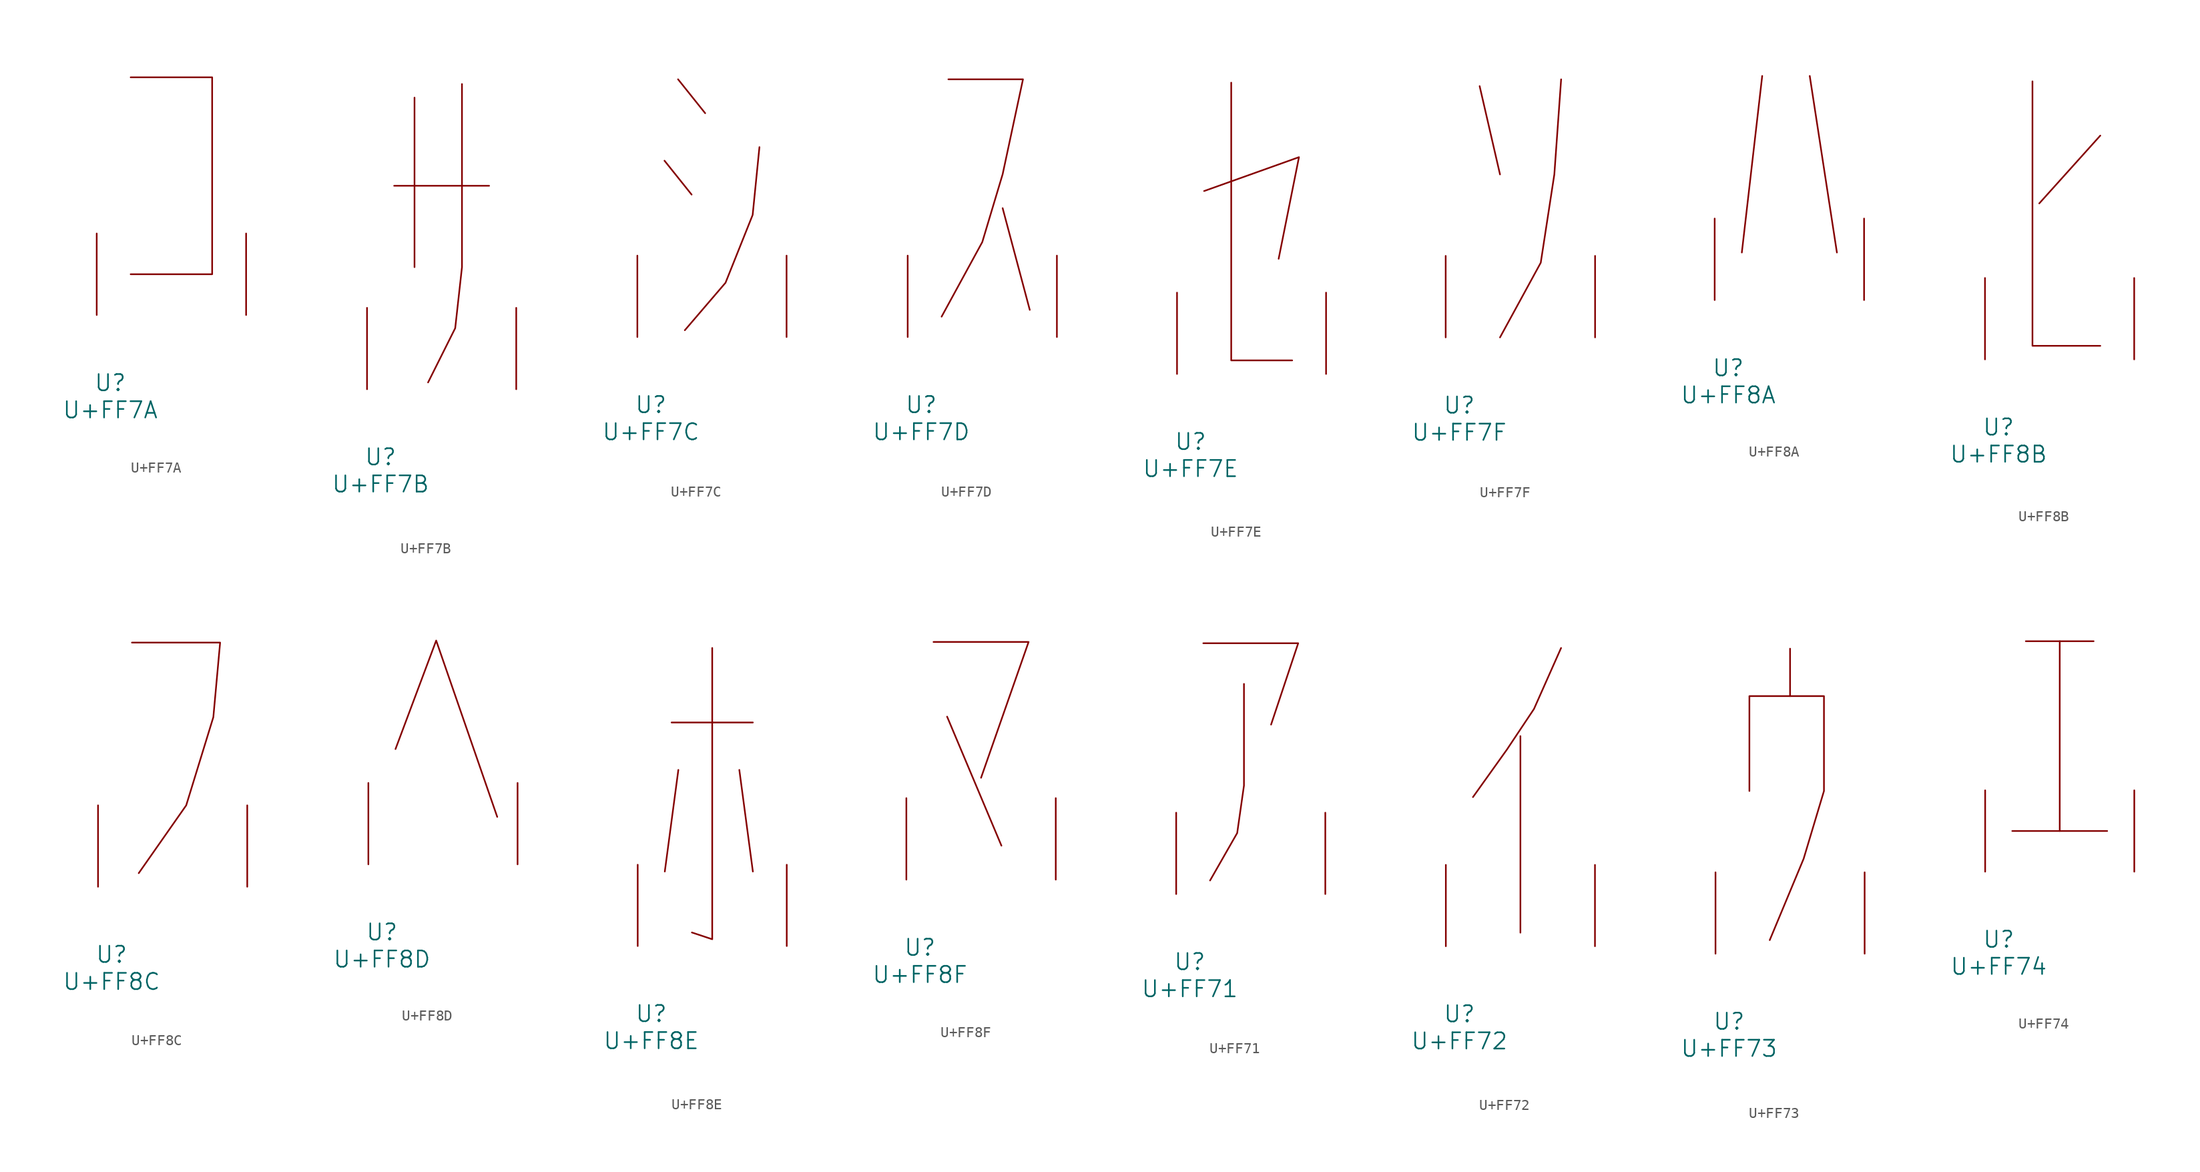
<source format=kicad_sym>
(kicad_symbol_lib
  (version 20231120)
  (generator "kicad_symbol_editor")
  (generator_version "8.0")
  (symbol "U+FF7A"
    (pin_names
      (offset 1.016))
    (property "Reference" "U"
      (at 0 -6.35 0)
      (effects (font (size 1.524 1.524))))
    (property "Value" "U+FF7A"
      (at 0 -8.89 0)
      (effects (font (size 1.524 1.524))))
    (symbol "U+FF7A_0_1"
      (polyline (pts (xy 1.905 22.225) (xy 9.525 22.225) (xy 9.525 3.81) (xy 1.905 3.81)) (stroke (width 0) (type solid)) (fill (type none)))
      (pin input line (at -1.27 0 90) (length 7.62) (name "~" (effects (font (size 1.27 1.27)))) (number "~" (effects (font (size 1.27 1.27)))))
      (pin input line (at 12.7 0 90) (length 7.62) (name "~" (effects (font (size 1.27 1.27)))) (number "~" (effects (font (size 1.27 1.27)))))))
  (symbol "U+FF7B"
    (pin_names
      (offset 1.016))
    (property "Reference" "U"
      (at 0 -6.35 0)
      (effects (font (size 1.524 1.524))))
    (property "Value" "U+FF7B"
      (at 0 -8.89 0)
      (effects (font (size 1.524 1.524))))
    (symbol "U+FF7B_0_1"
      (polyline (pts (xy 1.27 19.05) (xy 10.16 19.05)) (stroke (width 0) (type solid)) (fill (type none)))
      (polyline (pts (xy 3.175 27.305) (xy 3.175 11.43)) (stroke (width 0) (type solid)) (fill (type none)))
      (polyline (pts (xy 7.62 28.575) (xy 7.62 11.43) (xy 6.985 5.715) (xy 4.445 0.635)) (stroke (width 0) (type solid)) (fill (type none)))
      (pin input line (at -1.27 0 90) (length 7.62) (name "~" (effects (font (size 1.27 1.27)))) (number "~" (effects (font (size 1.27 1.27)))))
      (pin input line (at 12.7 0 90) (length 7.62) (name "~" (effects (font (size 1.27 1.27)))) (number "~" (effects (font (size 1.27 1.27)))))))
  (symbol "U+FF7C"
    (pin_names
      (offset 1.016))
    (property "Reference" "U"
      (at 0 -6.35 0)
      (effects (font (size 1.524 1.524))))
    (property "Value" "U+FF7C"
      (at 0 -8.89 0)
      (effects (font (size 1.524 1.524))))
    (symbol "U+FF7C_0_1"
      (polyline (pts (xy 1.27 16.51) (xy 3.81 13.335)) (stroke (width 0) (type solid)) (fill (type none)))
      (polyline (pts (xy 2.54 24.13) (xy 5.08 20.955)) (stroke (width 0) (type solid)) (fill (type none)))
      (polyline (pts (xy 3.175 0.635) (xy 6.985 5.08) (xy 9.525 11.43) (xy 10.16 17.78)) (stroke (width 0) (type solid)) (fill (type none)))
      (pin input line (at -1.27 0 90) (length 7.62) (name "~" (effects (font (size 1.27 1.27)))) (number "~" (effects (font (size 1.27 1.27)))))
      (pin input line (at 12.7 0 90) (length 7.62) (name "~" (effects (font (size 1.27 1.27)))) (number "~" (effects (font (size 1.27 1.27)))))))
  (symbol "U+FF7D"
    (pin_names
      (offset 1.016))
    (property "Reference" "U"
      (at 0 -6.35 0)
      (effects (font (size 1.524 1.524))))
    (property "Value" "U+FF7D"
      (at 0 -8.89 0)
      (effects (font (size 1.524 1.524))))
    (symbol "U+FF7D_0_1"
      (polyline (pts (xy 7.62 12.065) (xy 10.16 2.54)) (stroke (width 0) (type solid)) (fill (type none)))
      (polyline (pts (xy 2.54 24.13) (xy 9.525 24.13) (xy 7.62 15.24) (xy 5.715 8.89) (xy 1.905 1.905)) (stroke (width 0) (type solid)) (fill (type none)))
      (pin input line (at -1.27 0 90) (length 7.62) (name "~" (effects (font (size 1.27 1.27)))) (number "~" (effects (font (size 1.27 1.27)))))
      (pin input line (at 12.7 0 90) (length 7.62) (name "~" (effects (font (size 1.27 1.27)))) (number "~" (effects (font (size 1.27 1.27)))))))
  (symbol "U+FF7E"
    (pin_names
      (offset 1.016))
    (property "Reference" "U"
      (at 0 -6.35 0)
      (effects (font (size 1.524 1.524))))
    (property "Value" "U+FF7E"
      (at 0 -8.89 0)
      (effects (font (size 1.524 1.524))))
    (symbol "U+FF7E_0_1"
      (polyline (pts (xy 1.27 17.145) (xy 10.16 20.32) (xy 8.255 10.795)) (stroke (width 0) (type solid)) (fill (type none)))
      (polyline (pts (xy 3.81 27.305) (xy 3.81 1.27) (xy 9.525 1.27)) (stroke (width 0) (type solid)) (fill (type none)))
      (pin input line (at -1.27 0 90) (length 7.62) (name "~" (effects (font (size 1.27 1.27)))) (number "~" (effects (font (size 1.27 1.27)))))
      (pin input line (at 12.7 0 90) (length 7.62) (name "~" (effects (font (size 1.27 1.27)))) (number "~" (effects (font (size 1.27 1.27)))))))
  (symbol "U+FF7F"
    (pin_names
      (offset 1.016))
    (property "Reference" "U"
      (at 0 -6.35 0)
      (effects (font (size 1.524 1.524))))
    (property "Value" "U+FF7F"
      (at 0 -8.89 0)
      (effects (font (size 1.524 1.524))))
    (symbol "U+FF7F_0_1"
      (polyline (pts (xy 1.905 23.495) (xy 3.81 15.24)) (stroke (width 0) (type solid)) (fill (type none)))
      (polyline (pts (xy 9.525 24.13) (xy 8.89 15.24) (xy 7.62 6.985) (xy 3.81 0)) (stroke (width 0) (type solid)) (fill (type none)))
      (pin input line (at -1.27 0 90) (length 7.62) (name "~" (effects (font (size 1.27 1.27)))) (number "~" (effects (font (size 1.27 1.27)))))
      (pin input line (at 12.7 0 90) (length 7.62) (name "~" (effects (font (size 1.27 1.27)))) (number "~" (effects (font (size 1.27 1.27)))))))
  (symbol "U+FF8A"
    (pin_names
      (offset 1.016))
    (property "Reference" "U"
      (at 0 -6.35 0)
      (effects (font (size 1.524 1.524))))
    (property "Value" "U+FF8A"
      (at 0 -8.89 0)
      (effects (font (size 1.524 1.524))))
    (symbol "U+FF8A_0_1"
      (polyline (pts (xy 3.175 20.955) (xy 1.27 4.445)) (stroke (width 0) (type solid)) (fill (type none)))
      (polyline (pts (xy 7.62 20.955) (xy 10.16 4.445)) (stroke (width 0) (type solid)) (fill (type none)))
      (pin input line (at -1.27 0 90) (length 7.62) (name "~" (effects (font (size 1.27 1.27)))) (number "~" (effects (font (size 1.27 1.27)))))
      (pin input line (at 12.7 0 90) (length 7.62) (name "~" (effects (font (size 1.27 1.27)))) (number "~" (effects (font (size 1.27 1.27)))))))
  (symbol "U+FF8B"
    (pin_names
      (offset 1.016))
    (property "Reference" "U"
      (at 0 -6.35 0)
      (effects (font (size 1.524 1.524))))
    (property "Value" "U+FF8B"
      (at 0 -8.89 0)
      (effects (font (size 1.524 1.524))))
    (symbol "U+FF8B_0_1"
      (polyline (pts (xy 9.525 20.955) (xy 3.81 14.605)) (stroke (width 0) (type solid)) (fill (type none)))
      (polyline (pts (xy 3.175 26.035) (xy 3.175 1.27) (xy 9.525 1.27)) (stroke (width 0) (type solid)) (fill (type none)))
      (pin input line (at -1.27 0 90) (length 7.62) (name "~" (effects (font (size 1.27 1.27)))) (number "~" (effects (font (size 1.27 1.27)))))
      (pin input line (at 12.7 0 90) (length 7.62) (name "~" (effects (font (size 1.27 1.27)))) (number "~" (effects (font (size 1.27 1.27)))))))
  (symbol "U+FF8C"
    (pin_names
      (offset 1.016))
    (property "Reference" "U"
      (at 0 -6.35 0)
      (effects (font (size 1.524 1.524))))
    (property "Value" "U+FF8C"
      (at 0 -8.89 0)
      (effects (font (size 1.524 1.524))))
    (symbol "U+FF8C_0_1"
      (polyline (pts (xy 1.905 22.86) (xy 10.16 22.86) (xy 9.525 15.875) (xy 6.985 7.62) (xy 2.54 1.27)) (stroke (width 0) (type solid)) (fill (type none)))
      (pin input line (at -1.27 0 90) (length 7.62) (name "~" (effects (font (size 1.27 1.27)))) (number "~" (effects (font (size 1.27 1.27)))))
      (pin input line (at 12.7 0 90) (length 7.62) (name "~" (effects (font (size 1.27 1.27)))) (number "~" (effects (font (size 1.27 1.27)))))))
  (symbol "U+FF8D"
    (pin_names
      (offset 1.016))
    (property "Reference" "U"
      (at 0 -6.35 0)
      (effects (font (size 1.524 1.524))))
    (property "Value" "U+FF8D"
      (at 0 -8.89 0)
      (effects (font (size 1.524 1.524))))
    (symbol "U+FF8D_0_1"
      (polyline (pts (xy 1.27 10.795) (xy 5.08 20.955) (xy 10.795 4.445)) (stroke (width 0) (type solid)) (fill (type none)))
      (pin input line (at -1.27 0 90) (length 7.62) (name "~" (effects (font (size 1.27 1.27)))) (number "~" (effects (font (size 1.27 1.27)))))
      (pin input line (at 12.7 0 90) (length 7.62) (name "~" (effects (font (size 1.27 1.27)))) (number "~" (effects (font (size 1.27 1.27)))))))
  (symbol "U+FF8E"
    (pin_names
      (offset 1.016))
    (property "Reference" "U"
      (at 0 -6.35 0)
      (effects (font (size 1.524 1.524))))
    (property "Value" "U+FF8E"
      (at 0 -8.89 0)
      (effects (font (size 1.524 1.524))))
    (symbol "U+FF8E_0_1"
      (polyline (pts (xy 1.905 20.955) (xy 9.525 20.955)) (stroke (width 0) (type solid)) (fill (type none)))
      (polyline (pts (xy 2.54 16.51) (xy 1.27 6.985)) (stroke (width 0) (type solid)) (fill (type none)))
      (polyline (pts (xy 8.255 16.51) (xy 9.525 6.985)) (stroke (width 0) (type solid)) (fill (type none)))
      (polyline (pts (xy 5.715 27.94) (xy 5.715 0.635) (xy 3.81 1.27)) (stroke (width 0) (type solid)) (fill (type none)))
      (pin input line (at -1.27 0 90) (length 7.62) (name "~" (effects (font (size 1.27 1.27)))) (number "~" (effects (font (size 1.27 1.27)))))
      (pin input line (at 12.7 0 90) (length 7.62) (name "~" (effects (font (size 1.27 1.27)))) (number "~" (effects (font (size 1.27 1.27)))))))
  (symbol "U+FF8F"
    (pin_names
      (offset 1.016))
    (property "Reference" "U"
      (at 0 -6.35 0)
      (effects (font (size 1.524 1.524))))
    (property "Value" "U+FF8F"
      (at 0 -8.89 0)
      (effects (font (size 1.524 1.524))))
    (symbol "U+FF8F_0_1"
      (polyline (pts (xy 2.54 15.24) (xy 7.62 3.175)) (stroke (width 0) (type solid)) (fill (type none)))
      (polyline (pts (xy 1.27 22.225) (xy 10.16 22.225) (xy 5.715 9.525)) (stroke (width 0) (type solid)) (fill (type none)))
      (pin input line (at -1.27 0 90) (length 7.62) (name "~" (effects (font (size 1.27 1.27)))) (number "~" (effects (font (size 1.27 1.27)))))
      (pin input line (at 12.7 0 90) (length 7.62) (name "~" (effects (font (size 1.27 1.27)))) (number "~" (effects (font (size 1.27 1.27)))))))
  (symbol "U+FF71"
    (pin_names
      (offset 1.016))
    (property "Reference" "U"
      (at 0 -6.35 0)
      (effects (font (size 1.524 1.524))))
    (property "Value" "U+FF71"
      (at 0 -8.89 0)
      (effects (font (size 1.524 1.524))))
    (symbol "U+FF71_0_1"
      (polyline (pts (xy 1.27 23.495) (xy 10.16 23.495) (xy 7.62 15.875)) (stroke (width 0) (type solid)) (fill (type none)))
      (polyline (pts (xy 5.08 19.685) (xy 5.08 10.16) (xy 4.445 5.715) (xy 1.905 1.27)) (stroke (width 0) (type solid)) (fill (type none)))
      (pin input line (at -1.27 0 90) (length 7.62) (name "~" (effects (font (size 1.27 1.27)))) (number "~" (effects (font (size 1.27 1.27)))))
      (pin input line (at 12.7 0 90) (length 7.62) (name "~" (effects (font (size 1.27 1.27)))) (number "~" (effects (font (size 1.27 1.27)))))))
  (symbol "U+FF72"
    (pin_names
      (offset 1.016))
    (property "Reference" "U"
      (at 0 -6.35 0)
      (effects (font (size 1.524 1.524))))
    (property "Value" "U+FF72"
      (at 0 -8.89 0)
      (effects (font (size 1.524 1.524))))
    (symbol "U+FF72_0_1"
      (polyline (pts (xy 5.715 19.685) (xy 5.715 1.27)) (stroke (width 0) (type solid)) (fill (type none)))
      (polyline (pts (xy 9.525 27.94) (xy 6.985 22.225) (xy 4.445 18.415) (xy 1.27 13.97)) (stroke (width 0) (type solid)) (fill (type none)))
      (pin input line (at -1.27 0 90) (length 7.62) (name "~" (effects (font (size 1.27 1.27)))) (number "~" (effects (font (size 1.27 1.27)))))
      (pin input line (at 12.7 0 90) (length 7.62) (name "~" (effects (font (size 1.27 1.27)))) (number "~" (effects (font (size 1.27 1.27)))))))
  (symbol "U+FF73"
    (pin_names
      (offset 1.016))
    (property "Reference" "U"
      (at 0 -6.35 0)
      (effects (font (size 1.524 1.524))))
    (property "Value" "U+FF73"
      (at 0 -8.89 0)
      (effects (font (size 1.524 1.524))))
    (symbol "U+FF73_0_1"
      (polyline (pts (xy 5.715 28.575) (xy 5.715 24.13)) (stroke (width 0) (type solid)) (fill (type none)))
      (polyline (pts (xy 1.905 15.24) (xy 1.905 24.13) (xy 8.89 24.13) (xy 8.89 15.24) (xy 6.985 8.89) (xy 3.81 1.27)) (stroke (width 0) (type solid)) (fill (type none)))
      (pin input line (at -1.27 0 90) (length 7.62) (name "~" (effects (font (size 1.27 1.27)))) (number "~" (effects (font (size 1.27 1.27)))))
      (pin input line (at 12.7 0 90) (length 7.62) (name "~" (effects (font (size 1.27 1.27)))) (number "~" (effects (font (size 1.27 1.27)))))))
  (symbol "U+FF74"
    (pin_names
      (offset 1.016))
    (property "Reference" "U"
      (at 0 -6.35 0)
      (effects (font (size 1.524 1.524))))
    (property "Value" "U+FF74"
      (at 0 -8.89 0)
      (effects (font (size 1.524 1.524))))
    (symbol "U+FF74_0_1"
      (polyline (pts (xy 1.27 3.81) (xy 10.16 3.81)) (stroke (width 0) (type solid)) (fill (type none)))
      (polyline (pts (xy 2.54 21.59) (xy 8.89 21.59)) (stroke (width 0) (type solid)) (fill (type none)))
      (polyline (pts (xy 5.715 21.59) (xy 5.715 3.81)) (stroke (width 0) (type solid)) (fill (type none)))
      (pin input line (at -1.27 0 90) (length 7.62) (name "~" (effects (font (size 1.27 1.27)))) (number "~" (effects (font (size 1.27 1.27)))))
      (pin input line (at 12.7 0 90) (length 7.62) (name "~" (effects (font (size 1.27 1.27)))) (number "~" (effects (font (size 1.27 1.27))))))))
</source>
